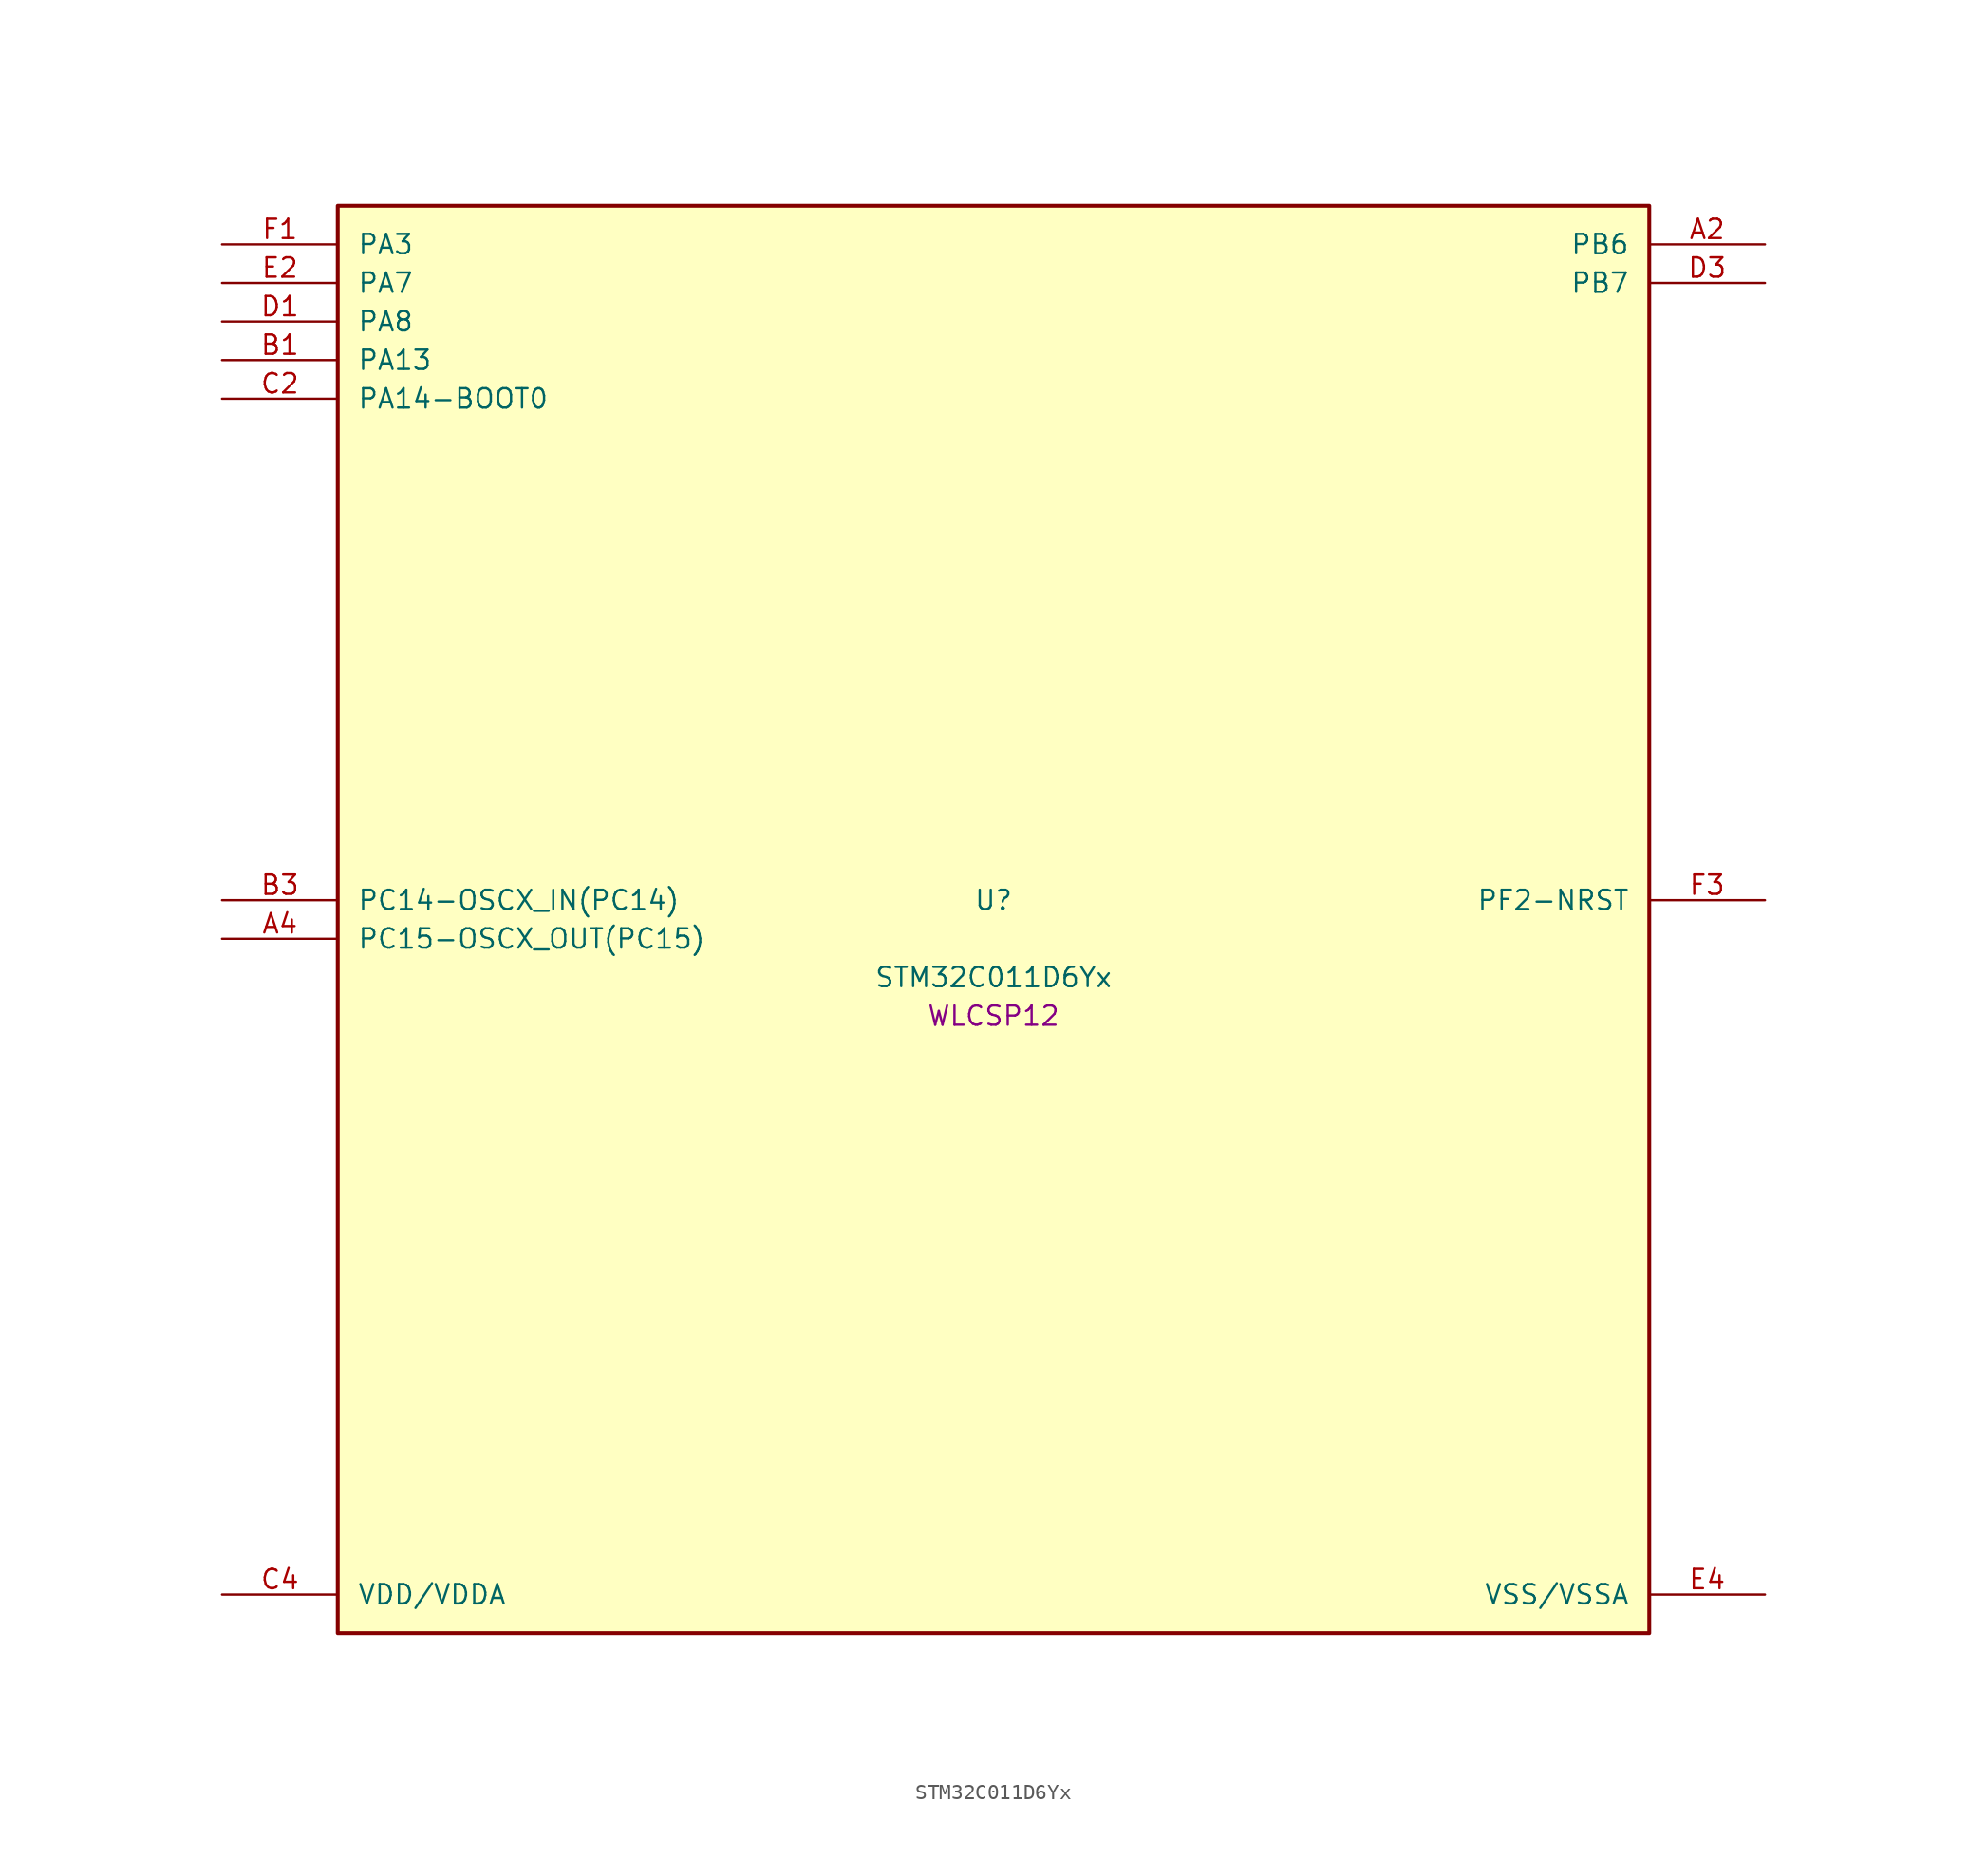
<source format=kicad_sym>
(kicad_symbol_lib
  (version 20241209)
  (generator "stm32_pkl_generator")
  (generator_version "1.0")
  (symbol "STM32C011D6Yx"
    (pin_names
      (offset 1.27))
    (property "Reference" "U"
      (at 0 2.54 0))
    (property "Value" "STM32C011D6Yx"
      (at 0 -2.54 0))
    (property "Footprint" "WLCSP12"
      (at 0 -5.08 0))
    (symbol "STM32C011D6Yx_1_1"
      (rectangle (start -43.18 48.26) (end 43.18 -45.72) (stroke (width 0.254) (type solid)) (fill (type background)))
      (pin bidirectional line (at -50.8 45.72 0) (length 7.62) (name "PA3") (number "F1") (alternate "PA3/ADC1_IN3" bidirectional line) (alternate "PA3/TIM1_CH1N" bidirectional line) (alternate "PA3/TIM1_CH4" bidirectional line) (alternate "PA3/USART2_RX" bidirectional line) (alternate "PA3/PA4" bidirectional line) (alternate "PA3/ADC1_IN4" bidirectional line) (alternate "PA3/I2S1_WS" bidirectional line) (alternate "PA3/PWR_WKUP2" bidirectional line) (alternate "PA3/RTC_OUT1" bidirectional line) (alternate "PA3/RTC_TS" bidirectional line) (alternate "PA3/SPI1_NSS" bidirectional line) (alternate "PA3/TIM14_CH1" bidirectional line) (alternate "PA3/TIM17_CH1N" bidirectional line) (alternate "PA3/TIM1_CH2N" bidirectional line) (alternate "PA3/USART2_TX" bidirectional line) (alternate "PA3/PA5" bidirectional line) (alternate "PA3/ADC1_IN5" bidirectional line) (alternate "PA3/I2S1_CK" bidirectional line) (alternate "PA3/SPI1_SCK" bidirectional line) (alternate "PA3/TIM1_CH1" bidirectional line) (alternate "PA3/TIM1_CH3N" bidirectional line) (alternate "PA3/PA6" bidirectional line) (alternate "PA3/ADC1_IN6" bidirectional line) (alternate "PA3/I2S1_MCK" bidirectional line) (alternate "PA3/SPI1_MISO" bidirectional line) (alternate "PA3/TIM16_CH1" bidirectional line) (alternate "PA3/TIM1_BKIN" bidirectional line) (alternate "PA3/TIM3_CH1" bidirectional line))
      (pin bidirectional line (at -50.8 43.18 0) (length 7.62) (name "PA7") (number "E2") (alternate "PA7/ADC1_IN7" bidirectional line) (alternate "PA7/I2S1_SD" bidirectional line) (alternate "PA7/SPI1_MOSI" bidirectional line) (alternate "PA7/TIM14_CH1" bidirectional line) (alternate "PA7/TIM17_CH1" bidirectional line) (alternate "PA7/TIM1_CH1N" bidirectional line) (alternate "PA7/TIM3_CH2" bidirectional line) (alternate "PA7/PA10[PA12]" bidirectional line) (alternate "PA7/I2C1_SDA" bidirectional line) (alternate "PA7/RCC_MCO_2" bidirectional line) (alternate "PA7/TIM17_BKIN" bidirectional line) (alternate "PA7/TIM1_CH3" bidirectional line) (alternate "PA7/USART1_RX" bidirectional line) (alternate "PA7/PA12[PA10]" bidirectional line) (alternate "PA7/ADC1_IN12" bidirectional line) (alternate "PA7/I2S_CKIN" bidirectional line) (alternate "PA7/TIM1_ETR" bidirectional line) (alternate "PA7/USART1_CK" bidirectional line) (alternate "PA7/USART1_DE" bidirectional line) (alternate "PA7/USART1_RTS" bidirectional line))
      (pin bidirectional line (at -50.8 40.64 0) (length 7.62) (name "PA8") (number "D1") (alternate "PA8/ADC1_IN8" bidirectional line) (alternate "PA8/I2S1_WS" bidirectional line) (alternate "PA8/RCC_MCO" bidirectional line) (alternate "PA8/RCC_MCO_2" bidirectional line) (alternate "PA8/SPI1_NSS" bidirectional line) (alternate "PA8/TIM14_CH1" bidirectional line) (alternate "PA8/TIM1_CH1" bidirectional line) (alternate "PA8/TIM1_CH2N" bidirectional line) (alternate "PA8/TIM1_CH3N" bidirectional line) (alternate "PA8/TIM3_CH3" bidirectional line) (alternate "PA8/TIM3_CH4" bidirectional line) (alternate "PA8/USART1_RX" bidirectional line) (alternate "PA8/USART2_TX" bidirectional line) (alternate "PA8/PA9[PA11]" bidirectional line) (alternate "PA8/I2C1_SCL" bidirectional line) (alternate "PA8/TIM1_CH2" bidirectional line) (alternate "PA8/TIM3_ETR" bidirectional line) (alternate "PA8/USART1_TX" bidirectional line) (alternate "PA8/PA11[PA9]" bidirectional line) (alternate "PA8/ADC1_EXTI11" bidirectional line) (alternate "PA8/ADC1_IN11" bidirectional line) (alternate "PA8/I2S1_MCK" bidirectional line) (alternate "PA8/SPI1_MISO" bidirectional line) (alternate "PA8/TIM1_BKIN2" bidirectional line) (alternate "PA8/TIM1_CH4" bidirectional line) (alternate "PA8/USART1_CTS" bidirectional line) (alternate "PA8/USART1_NSS" bidirectional line))
      (pin bidirectional line (at -50.8 38.1 0) (length 7.62) (name "PA13") (number "B1") (alternate "PA13/ADC1_IN13" bidirectional line) (alternate "PA13/DEBUG_SWDIO" bidirectional line) (alternate "PA13/IR_OUT" bidirectional line) (alternate "PA13/TIM3_ETR" bidirectional line) (alternate "PA13/USART2_RX" bidirectional line))
      (pin bidirectional line (at -50.8 35.56 0) (length 7.62) (name "PA14-BOOT0") (number "C2") (alternate "PA14-BOOT0/ADC1_IN14" bidirectional line) (alternate "PA14-BOOT0/DEBUG_SWCLK" bidirectional line) (alternate "PA14-BOOT0/I2S1_WS" bidirectional line) (alternate "PA14-BOOT0/RCC_MCO_2" bidirectional line) (alternate "PA14-BOOT0/SPI1_NSS" bidirectional line) (alternate "PA14-BOOT0/TIM1_CH1" bidirectional line) (alternate "PA14-BOOT0/USART1_CK" bidirectional line) (alternate "PA14-BOOT0/USART1_DE" bidirectional line) (alternate "PA14-BOOT0/USART1_RTS" bidirectional line) (alternate "PA14-BOOT0/USART2_RX" bidirectional line) (alternate "PA14-BOOT0/USART2_TX" bidirectional line))
      (pin bidirectional line (at 50.8 45.72 180) (length 7.62) (name "PB6") (number "A2") (alternate "PB6/I2C1_SCL" bidirectional line) (alternate "PB6/I2C1_SMBA" bidirectional line) (alternate "PB6/I2S1_CK" bidirectional line) (alternate "PB6/I2S1_MCK" bidirectional line) (alternate "PB6/I2S1_SD" bidirectional line) (alternate "PB6/PWR_WKUP3" bidirectional line) (alternate "PB6/SPI1_MISO" bidirectional line) (alternate "PB6/SPI1_MOSI" bidirectional line) (alternate "PB6/SPI1_SCK" bidirectional line) (alternate "PB6/TIM16_BKIN" bidirectional line) (alternate "PB6/TIM16_CH1N" bidirectional line) (alternate "PB6/TIM17_BKIN" bidirectional line) (alternate "PB6/TIM1_CH2" bidirectional line) (alternate "PB6/TIM1_CH3" bidirectional line) (alternate "PB6/TIM3_CH1" bidirectional line) (alternate "PB6/TIM3_CH2" bidirectional line) (alternate "PB6/TIM3_CH3" bidirectional line) (alternate "PB6/USART1_CK" bidirectional line) (alternate "PB6/USART1_CTS" bidirectional line) (alternate "PB6/USART1_DE" bidirectional line) (alternate "PB6/USART1_NSS" bidirectional line) (alternate "PB6/USART1_RTS" bidirectional line) (alternate "PB6/USART1_TX" bidirectional line))
      (pin bidirectional line (at 50.8 43.18 180) (length 7.62) (name "PB7") (number "D3") (alternate "PB7/I2C1_SCL" bidirectional line) (alternate "PB7/I2C1_SDA" bidirectional line) (alternate "PB7/RTC_REFIN" bidirectional line) (alternate "PB7/TIM16_CH1" bidirectional line) (alternate "PB7/TIM17_CH1N" bidirectional line) (alternate "PB7/TIM1_CH4" bidirectional line) (alternate "PB7/TIM3_CH1" bidirectional line) (alternate "PB7/TIM3_CH4" bidirectional line) (alternate "PB7/USART1_RX" bidirectional line) (alternate "PB7/USART2_CTS" bidirectional line) (alternate "PB7/USART2_NSS" bidirectional line))
      (pin bidirectional line (at -50.8 2.54 0) (length 7.62) (name "PC14-OSCX_IN(PC14)") (number "B3") (alternate "PC14-OSCX_IN(PC14)/I2C1_SDA" bidirectional line) (alternate "PC14-OSCX_IN(PC14)/IR_OUT" bidirectional line) (alternate "PC14-OSCX_IN(PC14)/RCC_OSCX_IN" bidirectional line) (alternate "PC14-OSCX_IN(PC14)/TIM17_CH1" bidirectional line) (alternate "PC14-OSCX_IN(PC14)/TIM1_BKIN2" bidirectional line) (alternate "PC14-OSCX_IN(PC14)/TIM1_ETR" bidirectional line) (alternate "PC14-OSCX_IN(PC14)/TIM3_CH2" bidirectional line) (alternate "PC14-OSCX_IN(PC14)/USART1_TX" bidirectional line) (alternate "PC14-OSCX_IN(PC14)/USART2_CK" bidirectional line) (alternate "PC14-OSCX_IN(PC14)/USART2_DE" bidirectional line) (alternate "PC14-OSCX_IN(PC14)/USART2_RTS" bidirectional line))
      (pin bidirectional line (at -50.8 0 0) (length 7.62) (name "PC15-OSCX_OUT(PC15)") (number "A4") (alternate "PC15-OSCX_OUT(PC15)/RCC_OSC32_EN" bidirectional line) (alternate "PC15-OSCX_OUT(PC15)/RCC_OSCX_OUT" bidirectional line) (alternate "PC15-OSCX_OUT(PC15)/RCC_OSC_EN" bidirectional line) (alternate "PC15-OSCX_OUT(PC15)/TIM1_ETR" bidirectional line) (alternate "PC15-OSCX_OUT(PC15)/TIM3_CH3" bidirectional line))
      (pin bidirectional line (at 50.8 2.54 180) (length 7.62) (name "PF2-NRST") (number "F3") (alternate "PF2-NRST/RCC_MCO" bidirectional line) (alternate "PF2-NRST/TIM1_CH4" bidirectional line) (alternate "PF2-NRST/PA0" bidirectional line) (alternate "PF2-NRST/ADC1_IN0" bidirectional line) (alternate "PF2-NRST/PWR_WKUP1" bidirectional line) (alternate "PF2-NRST/TIM16_CH1" bidirectional line) (alternate "PF2-NRST/TIM1_CH1" bidirectional line) (alternate "PF2-NRST/USART1_TX" bidirectional line) (alternate "PF2-NRST/USART2_CTS" bidirectional line) (alternate "PF2-NRST/USART2_NSS" bidirectional line) (alternate "PF2-NRST/PA1" bidirectional line) (alternate "PF2-NRST/ADC1_IN1" bidirectional line) (alternate "PF2-NRST/I2C1_SMBA" bidirectional line) (alternate "PF2-NRST/I2S1_CK" bidirectional line) (alternate "PF2-NRST/SPI1_SCK" bidirectional line) (alternate "PF2-NRST/TIM17_CH1" bidirectional line) (alternate "PF2-NRST/TIM1_CH2" bidirectional line) (alternate "PF2-NRST/USART1_RX" bidirectional line) (alternate "PF2-NRST/USART2_CK" bidirectional line) (alternate "PF2-NRST/USART2_DE" bidirectional line) (alternate "PF2-NRST/USART2_RTS" bidirectional line) (alternate "PF2-NRST/PA2" bidirectional line) (alternate "PF2-NRST/ADC1_IN2" bidirectional line) (alternate "PF2-NRST/I2S1_SD" bidirectional line) (alternate "PF2-NRST/PWR_WKUP4" bidirectional line) (alternate "PF2-NRST/RCC_LSCO" bidirectional line) (alternate "PF2-NRST/SPI1_MOSI" bidirectional line) (alternate "PF2-NRST/TIM16_CH1N" bidirectional line) (alternate "PF2-NRST/TIM1_CH3" bidirectional line) (alternate "PF2-NRST/TIM3_ETR" bidirectional line) (alternate "PF2-NRST/USART2_TX" bidirectional line))
      (pin power_in line (at -50.8 -43.18 0) (length 7.62) (name "VDD/VDDA") (number "C4"))
      (pin power_in line (at 50.8 -43.18 180) (length 7.62) (name "VSS/VSSA") (number "E4")))))
</source>
